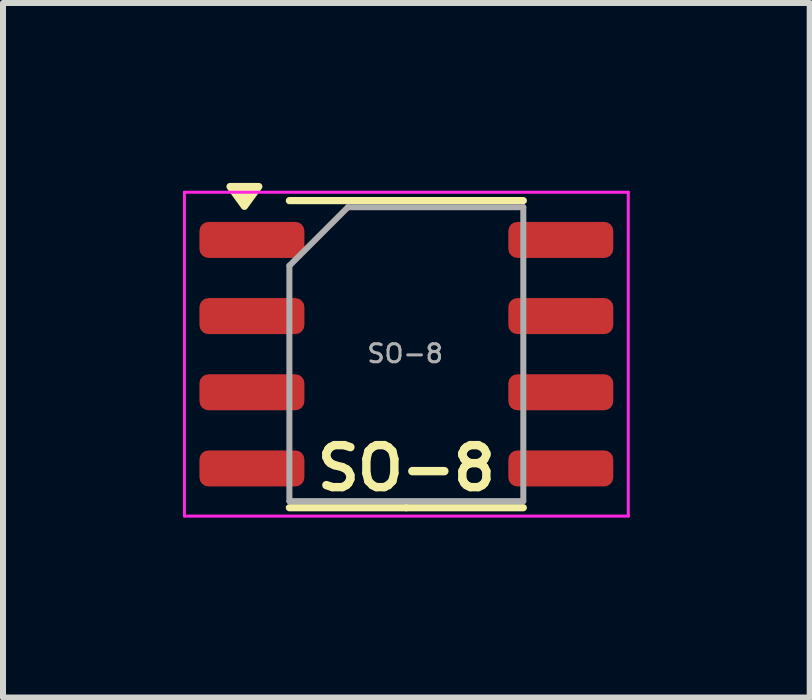
<source format=kicad_pcb>
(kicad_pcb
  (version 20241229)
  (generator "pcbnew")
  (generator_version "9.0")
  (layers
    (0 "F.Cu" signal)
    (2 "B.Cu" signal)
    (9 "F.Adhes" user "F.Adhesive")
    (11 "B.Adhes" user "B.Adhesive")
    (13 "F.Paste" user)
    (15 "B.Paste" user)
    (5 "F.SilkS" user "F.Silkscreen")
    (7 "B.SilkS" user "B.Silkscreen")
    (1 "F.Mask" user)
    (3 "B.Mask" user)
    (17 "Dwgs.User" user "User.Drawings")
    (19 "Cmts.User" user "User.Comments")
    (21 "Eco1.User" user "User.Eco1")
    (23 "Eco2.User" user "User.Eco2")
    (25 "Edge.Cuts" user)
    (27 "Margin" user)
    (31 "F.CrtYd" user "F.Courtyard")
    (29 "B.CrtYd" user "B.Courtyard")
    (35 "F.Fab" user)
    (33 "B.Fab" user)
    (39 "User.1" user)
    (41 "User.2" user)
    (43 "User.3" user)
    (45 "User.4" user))
  (footprint "SO-8"
    (layer "F.Cu")
    (at 3.725 2.855)
    (property "Reference" "SO-8" (at 0 1.9 0) (layer "F.SilkS") (effects (font (size 0.7 0.7) (thickness 0.14) (bold yes))))
    (property "Value" "SO-8" (at 0 3.4 0) (layer "F.Fab") (hide yes) (effects (font (size 1 1) (thickness 0.15))))
    (attr smd)
    (fp_line (start 0 -2.56) (end -1.95 -2.56) (stroke (width 0.12) (type solid)) (layer "F.SilkS"))
    (fp_line (start 0 -2.56) (end 1.95 -2.56) (stroke (width 0.12) (type solid)) (layer "F.SilkS"))
    (fp_line (start 0 2.56) (end -1.95 2.56) (stroke (width 0.12) (type solid)) (layer "F.SilkS"))
    (fp_line (start 0 2.56) (end 1.95 2.56) (stroke (width 0.12) (type solid)) (layer "F.SilkS"))
    (fp_poly (pts (xy -2.7 -2.465) (xy -2.94 -2.795) (xy -2.46 -2.795) (xy -2.7 -2.465)) (stroke (width 0.12) (type solid)) (fill yes) (layer "F.SilkS"))
    (fp_line (start -3.7 -2.7) (end -3.7 2.7) (stroke (width 0.05) (type solid)) (layer "F.CrtYd"))
    (fp_line (start -3.7 2.7) (end 3.7 2.7) (stroke (width 0.05) (type solid)) (layer "F.CrtYd"))
    (fp_line (start 3.7 -2.7) (end -3.7 -2.7) (stroke (width 0.05) (type solid)) (layer "F.CrtYd"))
    (fp_line (start 3.7 2.7) (end 3.7 -2.7) (stroke (width 0.05) (type solid)) (layer "F.CrtYd"))
    (fp_line (start -1.95 -1.475) (end -0.975 -2.45) (stroke (width 0.1) (type solid)) (layer "F.Fab"))
    (fp_line (start -1.95 2.45) (end -1.95 -1.475) (stroke (width 0.1) (type solid)) (layer "F.Fab"))
    (fp_line (start -0.975 -2.45) (end 1.95 -2.45) (stroke (width 0.1) (type solid)) (layer "F.Fab"))
    (fp_line (start 1.95 -2.45) (end 1.95 2.45) (stroke (width 0.1) (type solid)) (layer "F.Fab"))
    (fp_line (start 1.95 2.45) (end -1.95 2.45) (stroke (width 0.1) (type solid)) (layer "F.Fab"))
    (fp_text user "${VALUE}" (at -0.02 -0.01 0) (layer "F.Fab") (effects (font (size 0.3 0.3) (thickness 0.05) (bold yes))))
    (pad "1" smd roundrect (at -2.575 -1.905) (size 1.75 0.6) (layers "F.Cu" "F.Mask" "F.Paste") (roundrect_rratio 0.25))
    (pad "2" smd roundrect (at -2.575 -0.635) (size 1.75 0.6) (layers "F.Cu" "F.Mask" "F.Paste") (roundrect_rratio 0.25))
    (pad "3" smd roundrect (at -2.575 0.635) (size 1.75 0.6) (layers "F.Cu" "F.Mask" "F.Paste") (roundrect_rratio 0.25))
    (pad "4" smd roundrect (at -2.575 1.905) (size 1.75 0.6) (layers "F.Cu" "F.Mask" "F.Paste") (roundrect_rratio 0.25))
    (pad "5" smd roundrect (at 2.575 1.905) (size 1.75 0.6) (layers "F.Cu" "F.Mask" "F.Paste") (roundrect_rratio 0.25))
    (pad "6" smd roundrect (at 2.575 0.635) (size 1.75 0.6) (layers "F.Cu" "F.Mask" "F.Paste") (roundrect_rratio 0.25))
    (pad "7" smd roundrect (at 2.575 -0.635) (size 1.75 0.6) (layers "F.Cu" "F.Mask" "F.Paste") (roundrect_rratio 0.25))
    (pad "8" smd roundrect (at 2.575 -1.905) (size 1.75 0.6) (layers "F.Cu" "F.Mask" "F.Paste") (roundrect_rratio 0.25)))
  (gr_rect
    (start -3 -3)
    (end 10.45 8.58)
    (stroke (width 0.1) (type default))
    (fill no)
    (layer "Edge.Cuts")))
</source>
